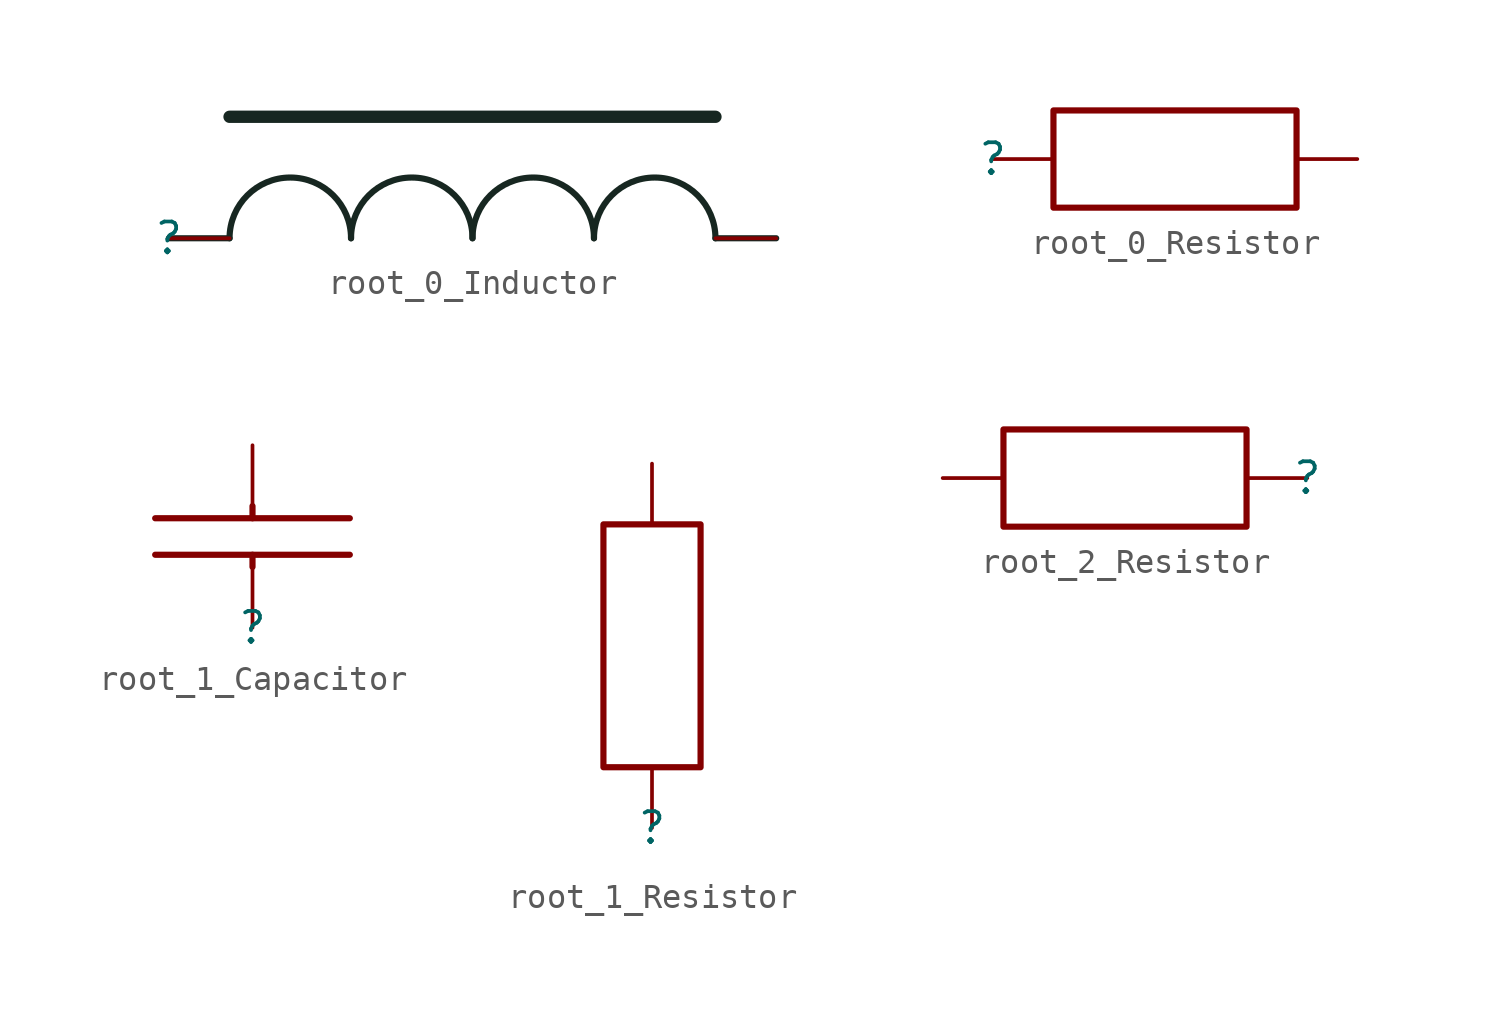
<source format=kicad_sym>
(kicad_symbol_lib
  (version 20231120)
  (generator "kicad_symbol_editor")
  (generator_version "8.0")
  (symbol "root_0_Inductor"
    (property "Reference" ""
      (at 0 0 0)
      (effects (font (size 1.27 1.27))))
    (property "Value" ""
      (at 0 0 0)
      (effects (font (size 1.27 1.27))))
    (symbol "root_0_Inductor_1_0"
      (polyline (pts (xy 0 0) (xy 2.5 0)) (stroke (width 0.254) (type solid) (color 23 39 33 1)) (fill (type none)))
      (polyline (pts (xy 22.5 5) (xy 2.5 5)) (stroke (width 0.508) (type solid) (color 23 39 33 1)) (fill (type none)))
      (polyline (pts (xy 25 0) (xy 22.5 0)) (stroke (width 0.254) (type solid) (color 23 39 33 1)) (fill (type none)))
      (arc (start 7.5 0) (mid 5 2.5) (end 2.5 0) (stroke (width 0.254) (type solid) (color 23 39 33 1)) (fill (type none)))
      (arc (start 12.5 0) (mid 10 2.5) (end 7.5 0) (stroke (width 0.254) (type solid) (color 23 39 33 1)) (fill (type none)))
      (arc (start 17.5 0) (mid 15 2.5) (end 12.5 0) (stroke (width 0.254) (type solid) (color 23 39 33 1)) (fill (type none)))
      (arc (start 22.5 0) (mid 20 2.5) (end 17.5 0) (stroke (width 0.254) (type solid) (color 23 39 33 1)) (fill (type none)))
      (pin passive line (at 0 0 0) (length 2.5) (name "1" (effects (font (size 0 0)))) (number "1" (effects (font (size 0 0)))))
      (pin passive line (at 25 0 180) (length 2.5) (name "2" (effects (font (size 0 0)))) (number "2" (effects (font (size 0 0)))))))
  (symbol "root_0_Resistor"
    (property "Reference" ""
      (at 0 0 0)
      (effects (font (size 1.27 1.27))))
    (property "Value" ""
      (at 0 0 0)
      (effects (font (size 1.27 1.27))))
    (symbol "root_0_Resistor_1_0"
      (polyline (pts (xy 2.5 2) (xy 2.5 -2) (xy 12.5 -2) (xy 12.5 2) (xy 2.5 2)) (stroke (width 0.254) (type solid)) (fill (type none)))
      (pin passive line (at 0 0 0) (length 2.5) (name "1" (effects (font (size 0 0)))) (number "1" (effects (font (size 0 0)))))
      (pin passive line (at 15 0 180) (length 2.5) (name "2" (effects (font (size 0 0)))) (number "2" (effects (font (size 0 0)))))))
  (symbol "root_1_Capacitor"
    (property "Reference" ""
      (at 0 0 0)
      (effects (font (size 1.27 1.27))))
    (property "Value" ""
      (at 0 0 0)
      (effects (font (size 1.27 1.27))))
    (symbol "root_1_Capacitor_1_0"
      (polyline (pts (xy -4 3) (xy 4 3)) (stroke (width 0.254) (type solid)) (fill (type none)))
      (polyline (pts (xy 0 3) (xy 0 2.5)) (stroke (width 0.254) (type solid)) (fill (type none)))
      (polyline (pts (xy 0 4.5) (xy 0 5)) (stroke (width 0.254) (type solid)) (fill (type none)))
      (polyline (pts (xy 4 4.5) (xy -4 4.5)) (stroke (width 0.254) (type solid)) (fill (type none)))
      (pin passive line (at 0 7.5 270) (length 2.5) (name "1" (effects (font (size 0 0)))) (number "1" (effects (font (size 0 0)))))
      (pin passive line (at 0 0 90) (length 2.5) (name "2" (effects (font (size 0 0)))) (number "2" (effects (font (size 0 0)))))))
  (symbol "root_1_Resistor"
    (property "Reference" ""
      (at 0 0 0)
      (effects (font (size 1.27 1.27))))
    (property "Value" ""
      (at 0 0 0)
      (effects (font (size 1.27 1.27))))
    (symbol "root_1_Resistor_1_0"
      (polyline (pts (xy -2 2.5) (xy 2 2.5) (xy 2 12.5) (xy -2 12.5) (xy -2 2.5)) (stroke (width 0.254) (type solid)) (fill (type none)))
      (pin passive line (at 0 0 90) (length 2.5) (name "1" (effects (font (size 0 0)))) (number "1" (effects (font (size 0 0)))))
      (pin passive line (at 0 15 270) (length 2.5) (name "2" (effects (font (size 0 0)))) (number "2" (effects (font (size 0 0)))))))
  (symbol "root_2_Resistor"
    (property "Reference" ""
      (at 0 0 0)
      (effects (font (size 1.27 1.27))))
    (property "Value" ""
      (at 0 0 0)
      (effects (font (size 1.27 1.27))))
    (symbol "root_2_Resistor_1_0"
      (polyline (pts (xy -2.5 -2) (xy -2.5 2) (xy -12.5 2) (xy -12.5 -2) (xy -2.5 -2)) (stroke (width 0.254) (type solid)) (fill (type none)))
      (pin passive line (at 0 0 180) (length 2.5) (name "1" (effects (font (size 0 0)))) (number "1" (effects (font (size 0 0)))))
      (pin passive line (at -15 0 0) (length 2.5) (name "2" (effects (font (size 0 0)))) (number "2" (effects (font (size 0 0))))))))
</source>
